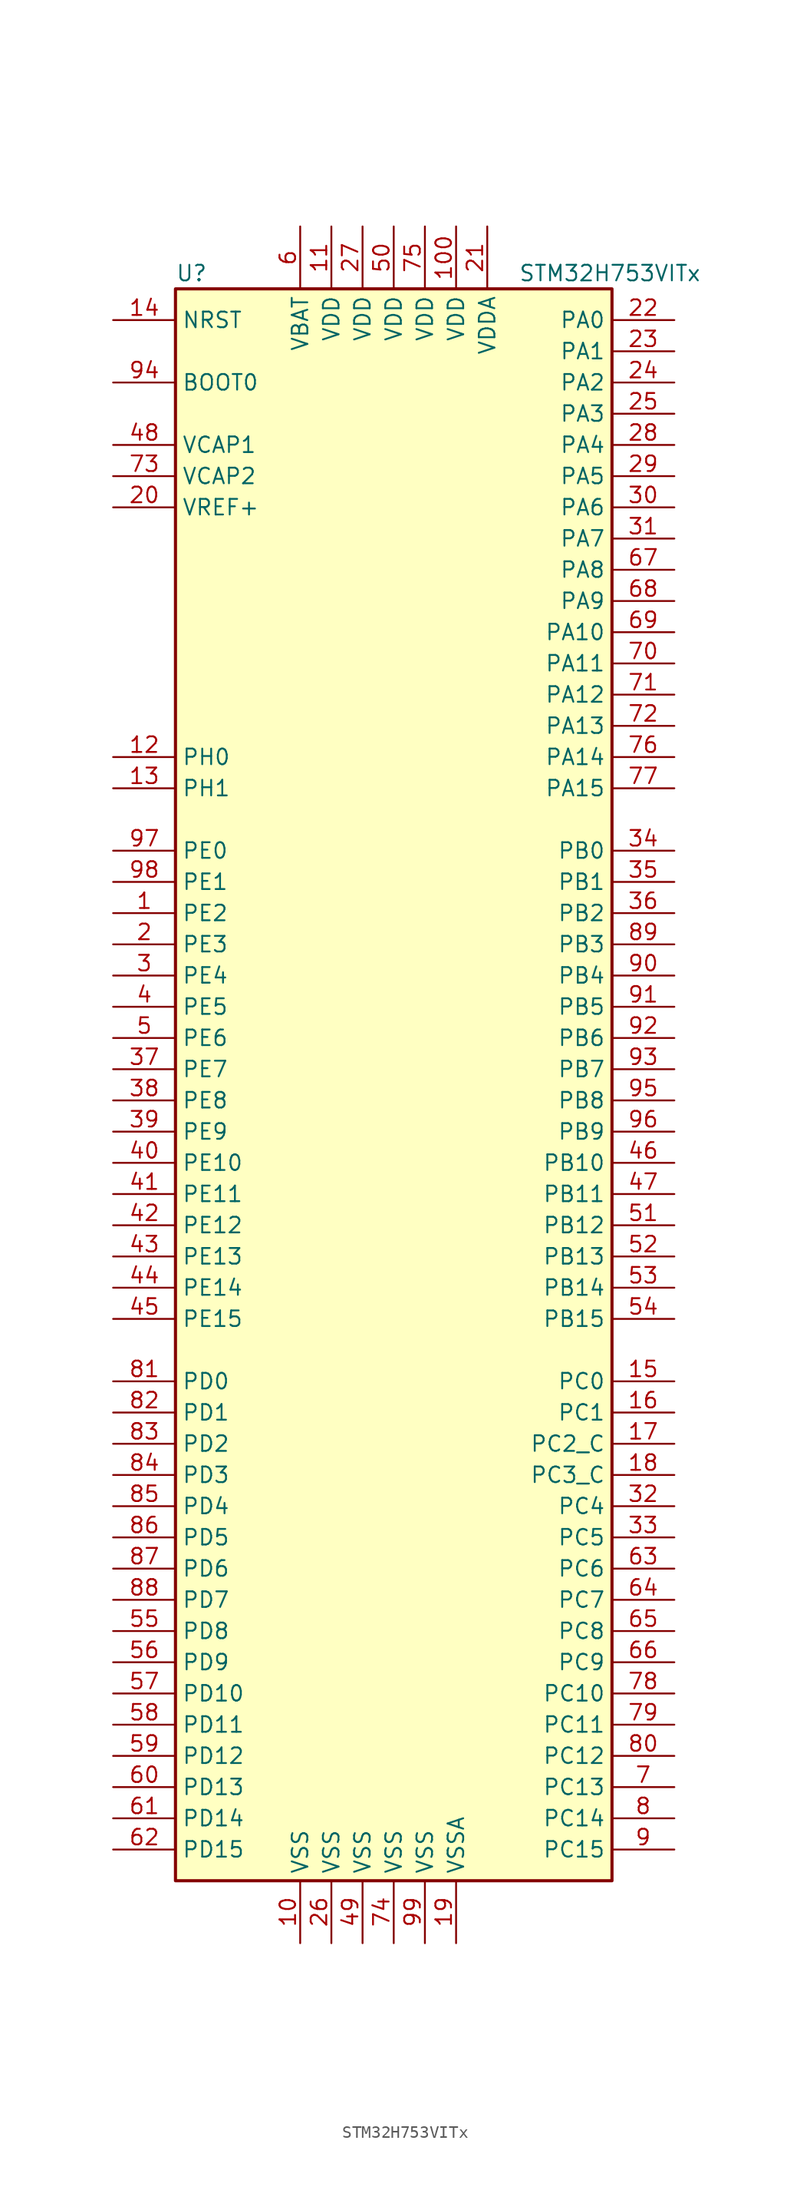
<source format=kicad_sym>
(kicad_symbol_lib
  (version 20211014)
  (generator kicad_symbol_editor)
  (symbol "STM32H753VITx"
    (property "Reference" "U"
      (at -17.78 64.77 0)
      (effects (font (size 1.27 1.27)) (justify left)))
    (property "Value" "STM32H753VITx"
      (at 10.16 64.77 0)
      (effects (font (size 1.27 1.27)) (justify left)))
    (symbol "STM32H753VITx_0_1"
      (rectangle (start -17.78 -66.04) (end 17.78 63.5) (stroke (width 0.254) (type default) (color 0 0 0 0)) (fill (type background))))
    (symbol "STM32H753VITx_1_1"
      (pin bidirectional line (at -22.86 12.7 0) (length 5.08) (name "PE2" (effects (font (size 1.27 1.27)))) (number "1" (effects (font (size 1.27 1.27)))))
      (pin power_in line (at -7.62 -71.12 90) (length 5.08) (name "VSS" (effects (font (size 1.27 1.27)))) (number "10" (effects (font (size 1.27 1.27)))))
      (pin power_in line (at 5.08 68.58 270) (length 5.08) (name "VDD" (effects (font (size 1.27 1.27)))) (number "100" (effects (font (size 1.27 1.27)))))
      (pin power_in line (at -5.08 68.58 270) (length 5.08) (name "VDD" (effects (font (size 1.27 1.27)))) (number "11" (effects (font (size 1.27 1.27)))))
      (pin input line (at -22.86 25.4 0) (length 5.08) (name "PH0" (effects (font (size 1.27 1.27)))) (number "12" (effects (font (size 1.27 1.27)))))
      (pin input line (at -22.86 22.86 0) (length 5.08) (name "PH1" (effects (font (size 1.27 1.27)))) (number "13" (effects (font (size 1.27 1.27)))))
      (pin input line (at -22.86 60.96 0) (length 5.08) (name "NRST" (effects (font (size 1.27 1.27)))) (number "14" (effects (font (size 1.27 1.27)))))
      (pin bidirectional line (at 22.86 -25.4 180) (length 5.08) (name "PC0" (effects (font (size 1.27 1.27)))) (number "15" (effects (font (size 1.27 1.27)))))
      (pin bidirectional line (at 22.86 -27.94 180) (length 5.08) (name "PC1" (effects (font (size 1.27 1.27)))) (number "16" (effects (font (size 1.27 1.27)))))
      (pin bidirectional line (at 22.86 -30.48 180) (length 5.08) (name "PC2_C" (effects (font (size 1.27 1.27)))) (number "17" (effects (font (size 1.27 1.27)))))
      (pin bidirectional line (at 22.86 -33.02 180) (length 5.08) (name "PC3_C" (effects (font (size 1.27 1.27)))) (number "18" (effects (font (size 1.27 1.27)))))
      (pin power_in line (at 5.08 -71.12 90) (length 5.08) (name "VSSA" (effects (font (size 1.27 1.27)))) (number "19" (effects (font (size 1.27 1.27)))))
      (pin bidirectional line (at -22.86 10.16 0) (length 5.08) (name "PE3" (effects (font (size 1.27 1.27)))) (number "2" (effects (font (size 1.27 1.27)))))
      (pin bidirectional line (at -22.86 45.72 0) (length 5.08) (name "VREF+" (effects (font (size 1.27 1.27)))) (number "20" (effects (font (size 1.27 1.27)))))
      (pin power_in line (at 7.62 68.58 270) (length 5.08) (name "VDDA" (effects (font (size 1.27 1.27)))) (number "21" (effects (font (size 1.27 1.27)))))
      (pin bidirectional line (at 22.86 60.96 180) (length 5.08) (name "PA0" (effects (font (size 1.27 1.27)))) (number "22" (effects (font (size 1.27 1.27)))))
      (pin bidirectional line (at 22.86 58.42 180) (length 5.08) (name "PA1" (effects (font (size 1.27 1.27)))) (number "23" (effects (font (size 1.27 1.27)))))
      (pin bidirectional line (at 22.86 55.88 180) (length 5.08) (name "PA2" (effects (font (size 1.27 1.27)))) (number "24" (effects (font (size 1.27 1.27)))))
      (pin bidirectional line (at 22.86 53.34 180) (length 5.08) (name "PA3" (effects (font (size 1.27 1.27)))) (number "25" (effects (font (size 1.27 1.27)))))
      (pin power_in line (at -5.08 -71.12 90) (length 5.08) (name "VSS" (effects (font (size 1.27 1.27)))) (number "26" (effects (font (size 1.27 1.27)))))
      (pin power_in line (at -2.54 68.58 270) (length 5.08) (name "VDD" (effects (font (size 1.27 1.27)))) (number "27" (effects (font (size 1.27 1.27)))))
      (pin bidirectional line (at 22.86 50.8 180) (length 5.08) (name "PA4" (effects (font (size 1.27 1.27)))) (number "28" (effects (font (size 1.27 1.27)))))
      (pin bidirectional line (at 22.86 48.26 180) (length 5.08) (name "PA5" (effects (font (size 1.27 1.27)))) (number "29" (effects (font (size 1.27 1.27)))))
      (pin bidirectional line (at -22.86 7.62 0) (length 5.08) (name "PE4" (effects (font (size 1.27 1.27)))) (number "3" (effects (font (size 1.27 1.27)))))
      (pin bidirectional line (at 22.86 45.72 180) (length 5.08) (name "PA6" (effects (font (size 1.27 1.27)))) (number "30" (effects (font (size 1.27 1.27)))))
      (pin bidirectional line (at 22.86 43.18 180) (length 5.08) (name "PA7" (effects (font (size 1.27 1.27)))) (number "31" (effects (font (size 1.27 1.27)))))
      (pin bidirectional line (at 22.86 -35.56 180) (length 5.08) (name "PC4" (effects (font (size 1.27 1.27)))) (number "32" (effects (font (size 1.27 1.27)))))
      (pin bidirectional line (at 22.86 -38.1 180) (length 5.08) (name "PC5" (effects (font (size 1.27 1.27)))) (number "33" (effects (font (size 1.27 1.27)))))
      (pin bidirectional line (at 22.86 17.78 180) (length 5.08) (name "PB0" (effects (font (size 1.27 1.27)))) (number "34" (effects (font (size 1.27 1.27)))))
      (pin bidirectional line (at 22.86 15.24 180) (length 5.08) (name "PB1" (effects (font (size 1.27 1.27)))) (number "35" (effects (font (size 1.27 1.27)))))
      (pin bidirectional line (at 22.86 12.7 180) (length 5.08) (name "PB2" (effects (font (size 1.27 1.27)))) (number "36" (effects (font (size 1.27 1.27)))))
      (pin bidirectional line (at -22.86 0 0) (length 5.08) (name "PE7" (effects (font (size 1.27 1.27)))) (number "37" (effects (font (size 1.27 1.27)))))
      (pin bidirectional line (at -22.86 -2.54 0) (length 5.08) (name "PE8" (effects (font (size 1.27 1.27)))) (number "38" (effects (font (size 1.27 1.27)))))
      (pin bidirectional line (at -22.86 -5.08 0) (length 5.08) (name "PE9" (effects (font (size 1.27 1.27)))) (number "39" (effects (font (size 1.27 1.27)))))
      (pin bidirectional line (at -22.86 5.08 0) (length 5.08) (name "PE5" (effects (font (size 1.27 1.27)))) (number "4" (effects (font (size 1.27 1.27)))))
      (pin bidirectional line (at -22.86 -7.62 0) (length 5.08) (name "PE10" (effects (font (size 1.27 1.27)))) (number "40" (effects (font (size 1.27 1.27)))))
      (pin bidirectional line (at -22.86 -10.16 0) (length 5.08) (name "PE11" (effects (font (size 1.27 1.27)))) (number "41" (effects (font (size 1.27 1.27)))))
      (pin bidirectional line (at -22.86 -12.7 0) (length 5.08) (name "PE12" (effects (font (size 1.27 1.27)))) (number "42" (effects (font (size 1.27 1.27)))))
      (pin bidirectional line (at -22.86 -15.24 0) (length 5.08) (name "PE13" (effects (font (size 1.27 1.27)))) (number "43" (effects (font (size 1.27 1.27)))))
      (pin bidirectional line (at -22.86 -17.78 0) (length 5.08) (name "PE14" (effects (font (size 1.27 1.27)))) (number "44" (effects (font (size 1.27 1.27)))))
      (pin bidirectional line (at -22.86 -20.32 0) (length 5.08) (name "PE15" (effects (font (size 1.27 1.27)))) (number "45" (effects (font (size 1.27 1.27)))))
      (pin bidirectional line (at 22.86 -7.62 180) (length 5.08) (name "PB10" (effects (font (size 1.27 1.27)))) (number "46" (effects (font (size 1.27 1.27)))))
      (pin bidirectional line (at 22.86 -10.16 180) (length 5.08) (name "PB11" (effects (font (size 1.27 1.27)))) (number "47" (effects (font (size 1.27 1.27)))))
      (pin power_in line (at -22.86 50.8 0) (length 5.08) (name "VCAP1" (effects (font (size 1.27 1.27)))) (number "48" (effects (font (size 1.27 1.27)))))
      (pin power_in line (at -2.54 -71.12 90) (length 5.08) (name "VSS" (effects (font (size 1.27 1.27)))) (number "49" (effects (font (size 1.27 1.27)))))
      (pin bidirectional line (at -22.86 2.54 0) (length 5.08) (name "PE6" (effects (font (size 1.27 1.27)))) (number "5" (effects (font (size 1.27 1.27)))))
      (pin power_in line (at 0 68.58 270) (length 5.08) (name "VDD" (effects (font (size 1.27 1.27)))) (number "50" (effects (font (size 1.27 1.27)))))
      (pin bidirectional line (at 22.86 -12.7 180) (length 5.08) (name "PB12" (effects (font (size 1.27 1.27)))) (number "51" (effects (font (size 1.27 1.27)))))
      (pin bidirectional line (at 22.86 -15.24 180) (length 5.08) (name "PB13" (effects (font (size 1.27 1.27)))) (number "52" (effects (font (size 1.27 1.27)))))
      (pin bidirectional line (at 22.86 -17.78 180) (length 5.08) (name "PB14" (effects (font (size 1.27 1.27)))) (number "53" (effects (font (size 1.27 1.27)))))
      (pin bidirectional line (at 22.86 -20.32 180) (length 5.08) (name "PB15" (effects (font (size 1.27 1.27)))) (number "54" (effects (font (size 1.27 1.27)))))
      (pin bidirectional line (at -22.86 -45.72 0) (length 5.08) (name "PD8" (effects (font (size 1.27 1.27)))) (number "55" (effects (font (size 1.27 1.27)))))
      (pin bidirectional line (at -22.86 -48.26 0) (length 5.08) (name "PD9" (effects (font (size 1.27 1.27)))) (number "56" (effects (font (size 1.27 1.27)))))
      (pin bidirectional line (at -22.86 -50.8 0) (length 5.08) (name "PD10" (effects (font (size 1.27 1.27)))) (number "57" (effects (font (size 1.27 1.27)))))
      (pin bidirectional line (at -22.86 -53.34 0) (length 5.08) (name "PD11" (effects (font (size 1.27 1.27)))) (number "58" (effects (font (size 1.27 1.27)))))
      (pin bidirectional line (at -22.86 -55.88 0) (length 5.08) (name "PD12" (effects (font (size 1.27 1.27)))) (number "59" (effects (font (size 1.27 1.27)))))
      (pin power_in line (at -7.62 68.58 270) (length 5.08) (name "VBAT" (effects (font (size 1.27 1.27)))) (number "6" (effects (font (size 1.27 1.27)))))
      (pin bidirectional line (at -22.86 -58.42 0) (length 5.08) (name "PD13" (effects (font (size 1.27 1.27)))) (number "60" (effects (font (size 1.27 1.27)))))
      (pin bidirectional line (at -22.86 -60.96 0) (length 5.08) (name "PD14" (effects (font (size 1.27 1.27)))) (number "61" (effects (font (size 1.27 1.27)))))
      (pin bidirectional line (at -22.86 -63.5 0) (length 5.08) (name "PD15" (effects (font (size 1.27 1.27)))) (number "62" (effects (font (size 1.27 1.27)))))
      (pin bidirectional line (at 22.86 -40.64 180) (length 5.08) (name "PC6" (effects (font (size 1.27 1.27)))) (number "63" (effects (font (size 1.27 1.27)))))
      (pin bidirectional line (at 22.86 -43.18 180) (length 5.08) (name "PC7" (effects (font (size 1.27 1.27)))) (number "64" (effects (font (size 1.27 1.27)))))
      (pin bidirectional line (at 22.86 -45.72 180) (length 5.08) (name "PC8" (effects (font (size 1.27 1.27)))) (number "65" (effects (font (size 1.27 1.27)))))
      (pin bidirectional line (at 22.86 -48.26 180) (length 5.08) (name "PC9" (effects (font (size 1.27 1.27)))) (number "66" (effects (font (size 1.27 1.27)))))
      (pin bidirectional line (at 22.86 40.64 180) (length 5.08) (name "PA8" (effects (font (size 1.27 1.27)))) (number "67" (effects (font (size 1.27 1.27)))))
      (pin bidirectional line (at 22.86 38.1 180) (length 5.08) (name "PA9" (effects (font (size 1.27 1.27)))) (number "68" (effects (font (size 1.27 1.27)))))
      (pin bidirectional line (at 22.86 35.56 180) (length 5.08) (name "PA10" (effects (font (size 1.27 1.27)))) (number "69" (effects (font (size 1.27 1.27)))))
      (pin bidirectional line (at 22.86 -58.42 180) (length 5.08) (name "PC13" (effects (font (size 1.27 1.27)))) (number "7" (effects (font (size 1.27 1.27)))))
      (pin bidirectional line (at 22.86 33.02 180) (length 5.08) (name "PA11" (effects (font (size 1.27 1.27)))) (number "70" (effects (font (size 1.27 1.27)))))
      (pin bidirectional line (at 22.86 30.48 180) (length 5.08) (name "PA12" (effects (font (size 1.27 1.27)))) (number "71" (effects (font (size 1.27 1.27)))))
      (pin bidirectional line (at 22.86 27.94 180) (length 5.08) (name "PA13" (effects (font (size 1.27 1.27)))) (number "72" (effects (font (size 1.27 1.27)))))
      (pin power_in line (at -22.86 48.26 0) (length 5.08) (name "VCAP2" (effects (font (size 1.27 1.27)))) (number "73" (effects (font (size 1.27 1.27)))))
      (pin power_in line (at 0 -71.12 90) (length 5.08) (name "VSS" (effects (font (size 1.27 1.27)))) (number "74" (effects (font (size 1.27 1.27)))))
      (pin power_in line (at 2.54 68.58 270) (length 5.08) (name "VDD" (effects (font (size 1.27 1.27)))) (number "75" (effects (font (size 1.27 1.27)))))
      (pin bidirectional line (at 22.86 25.4 180) (length 5.08) (name "PA14" (effects (font (size 1.27 1.27)))) (number "76" (effects (font (size 1.27 1.27)))))
      (pin bidirectional line (at 22.86 22.86 180) (length 5.08) (name "PA15" (effects (font (size 1.27 1.27)))) (number "77" (effects (font (size 1.27 1.27)))))
      (pin bidirectional line (at 22.86 -50.8 180) (length 5.08) (name "PC10" (effects (font (size 1.27 1.27)))) (number "78" (effects (font (size 1.27 1.27)))))
      (pin bidirectional line (at 22.86 -53.34 180) (length 5.08) (name "PC11" (effects (font (size 1.27 1.27)))) (number "79" (effects (font (size 1.27 1.27)))))
      (pin bidirectional line (at 22.86 -60.96 180) (length 5.08) (name "PC14" (effects (font (size 1.27 1.27)))) (number "8" (effects (font (size 1.27 1.27)))))
      (pin bidirectional line (at 22.86 -55.88 180) (length 5.08) (name "PC12" (effects (font (size 1.27 1.27)))) (number "80" (effects (font (size 1.27 1.27)))))
      (pin bidirectional line (at -22.86 -25.4 0) (length 5.08) (name "PD0" (effects (font (size 1.27 1.27)))) (number "81" (effects (font (size 1.27 1.27)))))
      (pin bidirectional line (at -22.86 -27.94 0) (length 5.08) (name "PD1" (effects (font (size 1.27 1.27)))) (number "82" (effects (font (size 1.27 1.27)))))
      (pin bidirectional line (at -22.86 -30.48 0) (length 5.08) (name "PD2" (effects (font (size 1.27 1.27)))) (number "83" (effects (font (size 1.27 1.27)))))
      (pin bidirectional line (at -22.86 -33.02 0) (length 5.08) (name "PD3" (effects (font (size 1.27 1.27)))) (number "84" (effects (font (size 1.27 1.27)))))
      (pin bidirectional line (at -22.86 -35.56 0) (length 5.08) (name "PD4" (effects (font (size 1.27 1.27)))) (number "85" (effects (font (size 1.27 1.27)))))
      (pin bidirectional line (at -22.86 -38.1 0) (length 5.08) (name "PD5" (effects (font (size 1.27 1.27)))) (number "86" (effects (font (size 1.27 1.27)))))
      (pin bidirectional line (at -22.86 -40.64 0) (length 5.08) (name "PD6" (effects (font (size 1.27 1.27)))) (number "87" (effects (font (size 1.27 1.27)))))
      (pin bidirectional line (at -22.86 -43.18 0) (length 5.08) (name "PD7" (effects (font (size 1.27 1.27)))) (number "88" (effects (font (size 1.27 1.27)))))
      (pin bidirectional line (at 22.86 10.16 180) (length 5.08) (name "PB3" (effects (font (size 1.27 1.27)))) (number "89" (effects (font (size 1.27 1.27)))))
      (pin bidirectional line (at 22.86 -63.5 180) (length 5.08) (name "PC15" (effects (font (size 1.27 1.27)))) (number "9" (effects (font (size 1.27 1.27)))))
      (pin bidirectional line (at 22.86 7.62 180) (length 5.08) (name "PB4" (effects (font (size 1.27 1.27)))) (number "90" (effects (font (size 1.27 1.27)))))
      (pin bidirectional line (at 22.86 5.08 180) (length 5.08) (name "PB5" (effects (font (size 1.27 1.27)))) (number "91" (effects (font (size 1.27 1.27)))))
      (pin bidirectional line (at 22.86 2.54 180) (length 5.08) (name "PB6" (effects (font (size 1.27 1.27)))) (number "92" (effects (font (size 1.27 1.27)))))
      (pin bidirectional line (at 22.86 0 180) (length 5.08) (name "PB7" (effects (font (size 1.27 1.27)))) (number "93" (effects (font (size 1.27 1.27)))))
      (pin input line (at -22.86 55.88 0) (length 5.08) (name "BOOT0" (effects (font (size 1.27 1.27)))) (number "94" (effects (font (size 1.27 1.27)))))
      (pin bidirectional line (at 22.86 -2.54 180) (length 5.08) (name "PB8" (effects (font (size 1.27 1.27)))) (number "95" (effects (font (size 1.27 1.27)))))
      (pin bidirectional line (at 22.86 -5.08 180) (length 5.08) (name "PB9" (effects (font (size 1.27 1.27)))) (number "96" (effects (font (size 1.27 1.27)))))
      (pin bidirectional line (at -22.86 17.78 0) (length 5.08) (name "PE0" (effects (font (size 1.27 1.27)))) (number "97" (effects (font (size 1.27 1.27)))))
      (pin bidirectional line (at -22.86 15.24 0) (length 5.08) (name "PE1" (effects (font (size 1.27 1.27)))) (number "98" (effects (font (size 1.27 1.27)))))
      (pin power_in line (at 2.54 -71.12 90) (length 5.08) (name "VSS" (effects (font (size 1.27 1.27)))) (number "99" (effects (font (size 1.27 1.27))))))))
</source>
